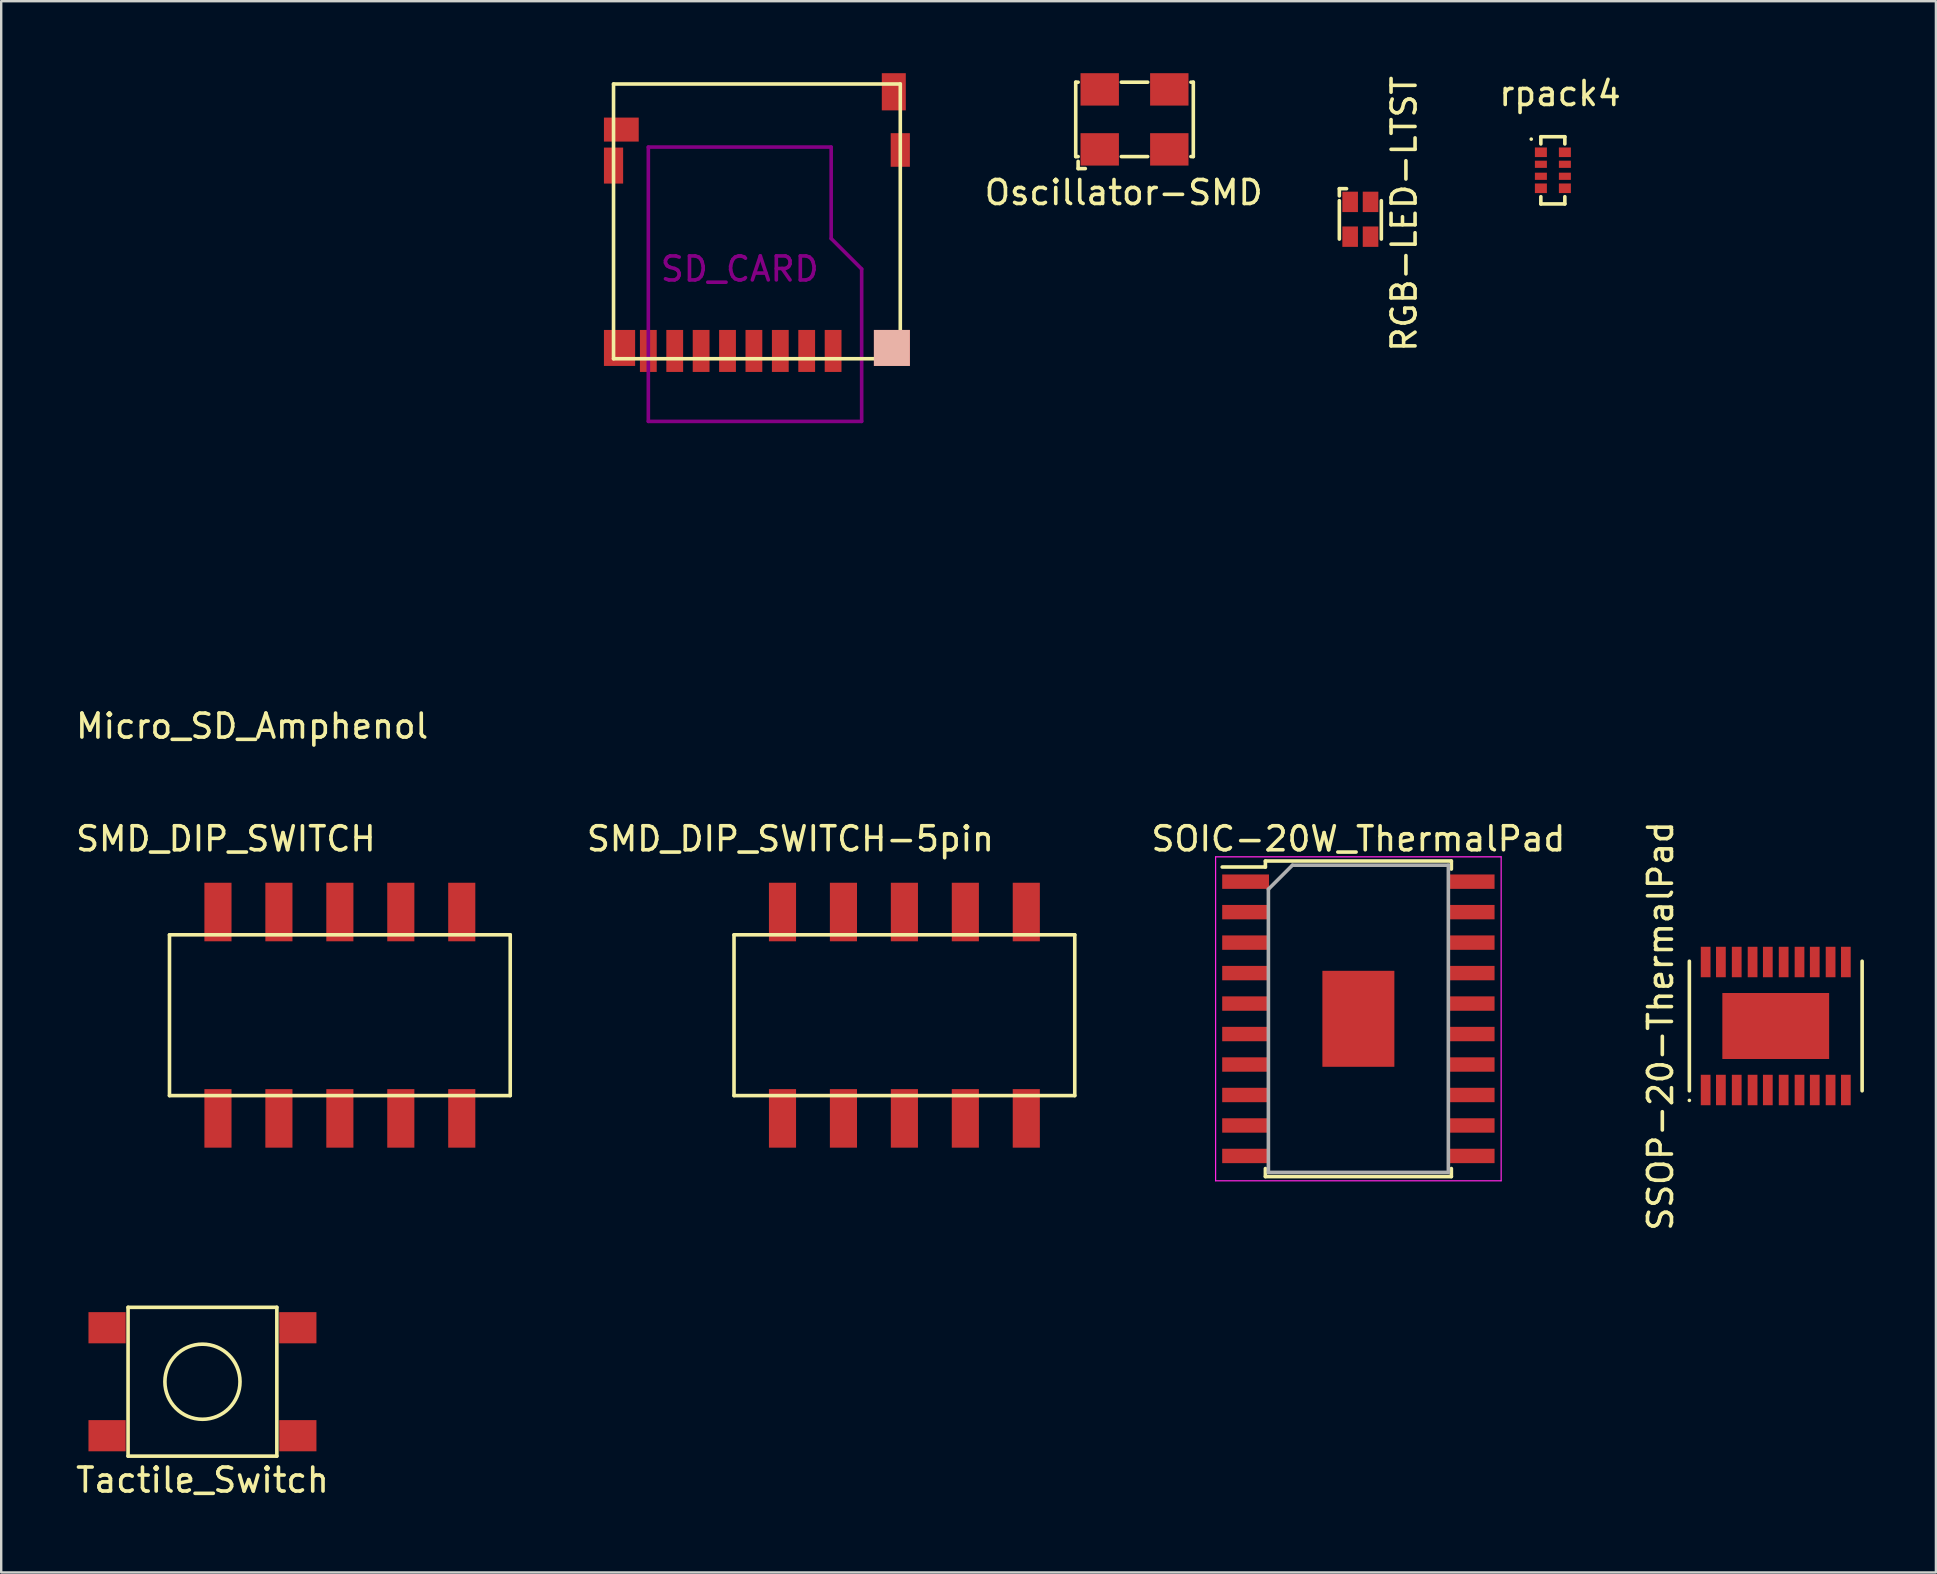
<source format=kicad_pcb>
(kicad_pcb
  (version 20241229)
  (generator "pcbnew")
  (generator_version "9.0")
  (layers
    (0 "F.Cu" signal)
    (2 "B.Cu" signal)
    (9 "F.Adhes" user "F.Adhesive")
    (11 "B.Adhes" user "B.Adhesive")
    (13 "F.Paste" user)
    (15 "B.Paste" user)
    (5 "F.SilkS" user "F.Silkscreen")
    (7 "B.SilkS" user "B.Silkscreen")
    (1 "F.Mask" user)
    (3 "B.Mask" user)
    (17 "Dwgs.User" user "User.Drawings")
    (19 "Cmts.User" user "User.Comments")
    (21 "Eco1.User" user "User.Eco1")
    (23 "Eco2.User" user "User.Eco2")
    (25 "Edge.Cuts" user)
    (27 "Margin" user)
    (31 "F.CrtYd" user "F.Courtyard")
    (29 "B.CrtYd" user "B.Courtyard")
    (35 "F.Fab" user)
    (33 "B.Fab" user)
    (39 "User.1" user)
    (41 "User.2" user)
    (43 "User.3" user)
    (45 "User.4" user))
  (footprint "SSOP-20-ThermalPad"
    (layer "F.Cu")
    (at 70.951 39.707)
    (property "Reference" "SSOP-20-ThermalPad" (at -4.8 0 90) (layer "F.SilkS") (effects (font (size 1 1) (thickness 0.15))))
    (attr smd)
    (fp_line (start -3.6 -2.7) (end -3.6 2.7) (stroke (width 0.15) (type solid)) (layer "F.SilkS"))
    (fp_line (start -3.6 3.1) (end -3.6 3.1) (stroke (width 0.15) (type solid)) (layer "F.SilkS"))
    (fp_line (start 3.6 -2.7) (end 3.6 2.7) (stroke (width 0.15) (type solid)) (layer "F.SilkS"))
    (pad "1" smd rect (at -2.921 2.667) (size 0.406 1.27) (layers "F.Cu" "F.Mask" "F.Paste"))
    (pad "2" smd rect (at -2.286 2.667) (size 0.406 1.27) (layers "F.Cu" "F.Mask" "F.Paste"))
    (pad "3" smd rect (at -1.626 2.667) (size 0.406 1.27) (layers "F.Cu" "F.Mask" "F.Paste"))
    (pad "4" smd rect (at -0.965 2.667) (size 0.406 1.27) (layers "F.Cu" "F.Mask" "F.Paste"))
    (pad "5" smd rect (at -0.33 2.667) (size 0.406 1.27) (layers "F.Cu" "F.Mask" "F.Paste"))
    (pad "6" smd rect (at 0.33 2.667) (size 0.406 1.27) (layers "F.Cu" "F.Mask" "F.Paste"))
    (pad "7" smd rect (at 0.991 2.667) (size 0.406 1.27) (layers "F.Cu" "F.Mask" "F.Paste"))
    (pad "8" smd rect (at 1.626 2.667) (size 0.406 1.27) (layers "F.Cu" "F.Mask" "F.Paste"))
    (pad "9" smd rect (at 2.286 2.667) (size 0.406 1.27) (layers "F.Cu" "F.Mask" "F.Paste"))
    (pad "10" smd rect (at 2.921 2.667) (size 0.406 1.27) (layers "F.Cu" "F.Mask" "F.Paste"))
    (pad "11" smd rect (at 2.921 -2.667) (size 0.406 1.27) (layers "F.Cu" "F.Mask" "F.Paste"))
    (pad "12" smd rect (at 2.286 -2.667) (size 0.406 1.27) (layers "F.Cu" "F.Mask" "F.Paste"))
    (pad "13" smd rect (at 1.626 -2.667) (size 0.406 1.27) (layers "F.Cu" "F.Mask" "F.Paste"))
    (pad "14" smd rect (at 0.991 -2.667) (size 0.406 1.27) (layers "F.Cu" "F.Mask" "F.Paste"))
    (pad "15" smd rect (at 0.33 -2.667) (size 0.406 1.27) (layers "F.Cu" "F.Mask" "F.Paste"))
    (pad "16" smd rect (at -0.33 -2.667) (size 0.406 1.27) (layers "F.Cu" "F.Mask" "F.Paste"))
    (pad "17" smd rect (at -0.965 -2.667) (size 0.406 1.27) (layers "F.Cu" "F.Mask" "F.Paste"))
    (pad "18" smd rect (at -1.626 -2.667) (size 0.406 1.27) (layers "F.Cu" "F.Mask" "F.Paste"))
    (pad "19" smd rect (at -2.286 -2.667) (size 0.406 1.27) (layers "F.Cu" "F.Mask" "F.Paste"))
    (pad "20" smd rect (at -2.921 -2.667) (size 0.406 1.27) (layers "F.Cu" "F.Mask" "F.Paste"))
    (pad "21" smd rect (at 0 0) (size 4.45 2.75) (layers "F.Cu" "F.Mask" "F.Paste")))
  (footprint "SOIC-20W_ThermalPad"
    (layer "F.Cu")
    (at 53.558 39.407)
    (property "Reference" "SOIC-20W_ThermalPad" (at 0 -7.5 0) (layer "F.SilkS") (effects (font (size 1 1) (thickness 0.15))))
    (attr smd)
    (fp_line (start -3.875 -6.575) (end -3.875 -6.325) (stroke (width 0.15) (type solid)) (layer "F.SilkS"))
    (fp_line (start -3.875 -6.575) (end 3.875 -6.575) (stroke (width 0.15) (type solid)) (layer "F.SilkS"))
    (fp_line (start -3.875 -6.325) (end -5.675 -6.325) (stroke (width 0.15) (type solid)) (layer "F.SilkS"))
    (fp_line (start -3.875 6.575) (end -3.875 6.24) (stroke (width 0.15) (type solid)) (layer "F.SilkS"))
    (fp_line (start -3.875 6.575) (end 3.875 6.575) (stroke (width 0.15) (type solid)) (layer "F.SilkS"))
    (fp_line (start 3.875 -6.575) (end 3.875 -6.24) (stroke (width 0.15) (type solid)) (layer "F.SilkS"))
    (fp_line (start 3.875 6.575) (end 3.875 6.24) (stroke (width 0.15) (type solid)) (layer "F.SilkS"))
    (fp_line (start -5.95 -6.75) (end -5.95 6.75) (stroke (width 0.05) (type solid)) (layer "F.CrtYd"))
    (fp_line (start -5.95 -6.75) (end 5.95 -6.75) (stroke (width 0.05) (type solid)) (layer "F.CrtYd"))
    (fp_line (start -5.95 6.75) (end 5.95 6.75) (stroke (width 0.05) (type solid)) (layer "F.CrtYd"))
    (fp_line (start 5.95 -6.75) (end 5.95 6.75) (stroke (width 0.05) (type solid)) (layer "F.CrtYd"))
    (fp_line (start -3.75 -5.4) (end -2.75 -6.4) (stroke (width 0.15) (type solid)) (layer "F.Fab"))
    (fp_line (start -3.75 6.4) (end -3.75 -5.4) (stroke (width 0.15) (type solid)) (layer "F.Fab"))
    (fp_line (start -2.75 -6.4) (end 3.75 -6.4) (stroke (width 0.15) (type solid)) (layer "F.Fab"))
    (fp_line (start 3.75 -6.4) (end 3.75 6.4) (stroke (width 0.15) (type solid)) (layer "F.Fab"))
    (fp_line (start 3.75 6.4) (end -3.75 6.4) (stroke (width 0.15) (type solid)) (layer "F.Fab"))
    (pad "1" smd rect (at -4.7 -5.715) (size 1.95 0.6) (layers "F.Cu" "F.Mask" "F.Paste"))
    (pad "2" smd rect (at -4.7 -4.445) (size 1.95 0.6) (layers "F.Cu" "F.Mask" "F.Paste"))
    (pad "3" smd rect (at -4.7 -3.175) (size 1.95 0.6) (layers "F.Cu" "F.Mask" "F.Paste"))
    (pad "4" smd rect (at -4.7 -1.905) (size 1.95 0.6) (layers "F.Cu" "F.Mask" "F.Paste"))
    (pad "5" smd rect (at -4.7 -0.635) (size 1.95 0.6) (layers "F.Cu" "F.Mask" "F.Paste"))
    (pad "6" smd rect (at -4.7 0.635) (size 1.95 0.6) (layers "F.Cu" "F.Mask" "F.Paste"))
    (pad "7" smd rect (at -4.7 1.905) (size 1.95 0.6) (layers "F.Cu" "F.Mask" "F.Paste"))
    (pad "8" smd rect (at -4.7 3.175) (size 1.95 0.6) (layers "F.Cu" "F.Mask" "F.Paste"))
    (pad "9" smd rect (at -4.7 4.445) (size 1.95 0.6) (layers "F.Cu" "F.Mask" "F.Paste"))
    (pad "10" smd rect (at -4.7 5.715) (size 1.95 0.6) (layers "F.Cu" "F.Mask" "F.Paste"))
    (pad "11" smd rect (at 4.7 5.715) (size 1.95 0.6) (layers "F.Cu" "F.Mask" "F.Paste"))
    (pad "12" smd rect (at 4.7 4.445) (size 1.95 0.6) (layers "F.Cu" "F.Mask" "F.Paste"))
    (pad "13" smd rect (at 4.7 3.175) (size 1.95 0.6) (layers "F.Cu" "F.Mask" "F.Paste"))
    (pad "14" smd rect (at 4.7 1.905) (size 1.95 0.6) (layers "F.Cu" "F.Mask" "F.Paste"))
    (pad "15" smd rect (at 4.7 0.635) (size 1.95 0.6) (layers "F.Cu" "F.Mask" "F.Paste"))
    (pad "16" smd rect (at 4.7 -0.635) (size 1.95 0.6) (layers "F.Cu" "F.Mask" "F.Paste"))
    (pad "17" smd rect (at 4.7 -1.905) (size 1.95 0.6) (layers "F.Cu" "F.Mask" "F.Paste"))
    (pad "18" smd rect (at 4.7 -3.175) (size 1.95 0.6) (layers "F.Cu" "F.Mask" "F.Paste"))
    (pad "19" smd rect (at 4.7 -4.445) (size 1.95 0.6) (layers "F.Cu" "F.Mask" "F.Paste"))
    (pad "20" smd rect (at 4.7 -5.715) (size 1.95 0.6) (layers "F.Cu" "F.Mask" "F.Paste"))
    (pad "21" smd rect (at 0 0) (size 3 4) (layers "F.Cu" "F.Mask" "F.Paste")))
  (footprint "RGB-LED-LTST"
    (layer "F.Cu")
    (at 53.215 5.363)
    (property "Reference" "RGB-LED-LTST" (at 2.25 0.5 90) (layer "F.SilkS") (effects (font (size 1 1) (thickness 0.15))))
    (attr through_hole)
    (fp_line (start -0.45 -0.55) (end -0.15 -0.55) (stroke (width 0.15) (type solid)) (layer "F.SilkS"))
    (fp_line (start -0.45 -0.25) (end -0.45 -0.55) (stroke (width 0.15) (type solid)) (layer "F.SilkS"))
    (fp_line (start -0.45 -0.05) (end -0.45 1.55) (stroke (width 0.15) (type solid)) (layer "F.SilkS"))
    (fp_line (start 1.3 -0.05) (end 1.3 1.55) (stroke (width 0.15) (type solid)) (layer "F.SilkS"))
    (pad "1" smd rect (at 0 0) (size 0.65 0.85) (layers "F.Cu" "F.Mask" "F.Paste"))
    (pad "2" smd rect (at 0.85 0) (size 0.65 0.85) (layers "F.Cu" "F.Mask" "F.Paste"))
    (pad "3" smd rect (at 0.85 1.45) (size 0.65 0.85) (layers "F.Cu" "F.Mask" "F.Paste"))
    (pad "4" smd rect (at 0 1.45) (size 0.65 0.85) (layers "F.Cu" "F.Mask" "F.Paste")))
  (footprint "Micro_SD_Amphenol"
    (layer "F.Cu")
    (at 23.968 10.7)
    (property "Reference" "Micro_SD_Amphenol" (at -16.51 16.51 0) (layer "F.SilkS") (effects (font (size 1 1) (thickness 0.15))))
    (attr through_hole)
    (fp_line (start -1.45 -10.25) (end -1.45 1.2) (stroke (width 0.15) (type solid)) (layer "F.SilkS"))
    (fp_line (start -1.45 1.2) (end 10.5 1.2) (stroke (width 0.15) (type solid)) (layer "F.SilkS"))
    (fp_line (start 10.5 -10.25) (end -1.45 -10.25) (stroke (width 0.15) (type solid)) (layer "F.SilkS"))
    (fp_line (start 10.5 1.2) (end 10.5 -10.25) (stroke (width 0.15) (type solid)) (layer "F.SilkS"))
    (fp_line (start 0 -7.62) (end 7.62 -7.62) (stroke (width 0.15) (type solid)) (layer "F.Adhes"))
    (fp_line (start 0 3.81) (end 0 -7.62) (stroke (width 0.15) (type solid)) (layer "F.Adhes"))
    (fp_line (start 7.62 -7.62) (end 7.62 -3.81) (stroke (width 0.15) (type solid)) (layer "F.Adhes"))
    (fp_line (start 7.62 -3.81) (end 8.89 -2.54) (stroke (width 0.15) (type solid)) (layer "F.Adhes"))
    (fp_line (start 8.89 -2.54) (end 8.89 3.81) (stroke (width 0.15) (type solid)) (layer "F.Adhes"))
    (fp_line (start 8.89 3.81) (end 0 3.81) (stroke (width 0.15) (type solid)) (layer "F.Adhes"))
    (fp_text user "SD_CARD" (at 3.81 -2.54 0) (layer "F.Adhes") (effects (font (size 1 1) (thickness 0.15))))
    (pad "1" smd rect (at 7.7 0.875) (size 0.7 1.75) (layers "F.Cu" "F.Mask" "F.Paste"))
    (pad "2" smd rect (at 6.6 0.875) (size 0.7 1.75) (layers "F.Cu" "F.Mask" "F.Paste"))
    (pad "3" smd rect (at 5.5 0.875) (size 0.7 1.75) (layers "F.Cu" "F.Mask" "F.Paste"))
    (pad "4" smd rect (at 4.4 0.875) (size 0.7 1.75) (layers "F.Cu" "F.Mask" "F.Paste"))
    (pad "5" smd rect (at 3.3 0.875) (size 0.7 1.75) (layers "F.Cu" "F.Mask" "F.Paste"))
    (pad "6" smd rect (at 2.2 0.875) (size 0.7 1.75) (layers "F.Cu" "F.Mask" "F.Paste"))
    (pad "7" smd rect (at 1.1 0.875) (size 0.7 1.75) (layers "F.Cu" "F.Mask" "F.Paste"))
    (pad "8" smd rect (at 0 0.875) (size 0.7 1.75) (layers "F.Cu" "F.Mask" "F.Paste"))
    (pad "9" smd rect (at -1.125 -8.35) (size 1.45 1) (layers "F.Cu" "F.Mask" "F.Paste"))
    (pad "10" smd rect (at 10.23 -9.925) (size 1 1.55) (layers "F.Cu" "F.Mask" "F.Paste"))
    (pad "11" smd rect (at -1.45 -6.85) (size 0.8 1.5) (layers "F.Cu" "F.Mask" "F.Paste"))
    (pad "11" smd rect (at -1.2 0.75) (size 1.3 1.5) (layers "F.Cu" "F.Mask" "F.Paste"))
    (pad "11" smd rect (at 10.15 0.75) (size 1.5 1.5) (layers "F.Cu" "F.Mask" "B.SilkS" "F.Paste"))
    (pad "11" smd rect (at 10.5 -7.5) (size 0.8 1.4) (layers "F.Cu" "F.Mask" "F.Paste")))
  (footprint "Oscillator-SMD"
    (layer "F.Cu")
    (at 42.779 3.175)
    (property "Reference" "Oscillator-SMD" (at 1 1.8 0) (layer "F.SilkS") (effects (font (size 1 1) (thickness 0.15))))
    (attr through_hole)
    (fp_line (start -1 0.3) (end -1 -2.8) (stroke (width 0.15) (type solid)) (layer "F.SilkS"))
    (fp_line (start -0.9 -2.8) (end -1 -2.8) (stroke (width 0.15) (type solid)) (layer "F.SilkS"))
    (fp_line (start -0.9 0.3) (end -1 0.3) (stroke (width 0.15) (type solid)) (layer "F.SilkS"))
    (fp_line (start -0.9 0.5) (end -0.9 0.8) (stroke (width 0.15) (type solid)) (layer "F.SilkS"))
    (fp_line (start -0.9 0.8) (end -0.6 0.8) (stroke (width 0.15) (type solid)) (layer "F.SilkS"))
    (fp_line (start 0.9 0.3) (end 2 0.3) (stroke (width 0.15) (type solid)) (layer "F.SilkS"))
    (fp_line (start 2 -2.8) (end 0.9 -2.8) (stroke (width 0.15) (type solid)) (layer "F.SilkS"))
    (fp_line (start 3.9 -2.8) (end 3.8 -2.8) (stroke (width 0.15) (type solid)) (layer "F.SilkS"))
    (fp_line (start 3.9 -2.8) (end 3.9 0.3) (stroke (width 0.15) (type solid)) (layer "F.SilkS"))
    (fp_line (start 3.9 0.3) (end 3.8 0.3) (stroke (width 0.15) (type solid)) (layer "F.SilkS"))
    (pad "1" smd rect (at 0 0) (size 1.6 1.35) (layers "F.Cu" "F.Mask" "F.Paste"))
    (pad "2" smd rect (at 2.9 0) (size 1.6 1.35) (layers "F.Cu" "F.Mask" "F.Paste"))
    (pad "3" smd rect (at 2.9 -2.5) (size 1.6 1.35) (layers "F.Cu" "F.Mask" "F.Paste"))
    (pad "4" smd rect (at 0 -2.5) (size 1.6 1.35) (layers "F.Cu" "F.Mask" "F.Paste")))
  (footprint "Tactile_Switch"
    (layer "F.Cu")
    (at 5.387 54.531)
    (property "Reference" "Tactile_Switch" (at 0 4.1 0) (layer "F.SilkS") (effects (font (size 1 1) (thickness 0.15))))
    (attr through_hole)
    (fp_line (start -3.1 -3.1) (end -3.1 3.1) (stroke (width 0.15) (type solid)) (layer "F.SilkS"))
    (fp_line (start -3.1 3.1) (end 3.1 3.1) (stroke (width 0.15) (type solid)) (layer "F.SilkS"))
    (fp_line (start 3.1 -3.1) (end -3.1 -3.1) (stroke (width 0.15) (type solid)) (layer "F.SilkS"))
    (fp_line (start 3.1 3.1) (end 3.1 -3.1) (stroke (width 0.15) (type solid)) (layer "F.SilkS"))
    (fp_circle (center 0 0) (end 1.4 0.7) (stroke (width 0.15) (type solid)) (fill no) (layer "F.SilkS"))
    (pad "1" smd rect (at -3.975 -2.25) (size 1.55 1.3) (layers "F.Cu" "F.Mask" "F.Paste"))
    (pad "1" smd rect (at 3.975 -2.25) (size 1.55 1.3) (layers "F.Cu" "F.Mask" "F.Paste"))
    (pad "2" smd rect (at -3.975 2.25) (size 1.55 1.3) (layers "F.Cu" "F.Mask" "F.Paste"))
    (pad "2" smd rect (at 3.975 2.25) (size 1.55 1.3) (layers "F.Cu" "F.Mask" "F.Paste")))
  (footprint "SMD_DIP_SWITCH-5pin"
    (layer "F.Cu")
    (at 34.639 39.257)
    (property "Reference" "SMD_DIP_SWITCH-5pin" (at -4.75 -7.35 0) (layer "F.SilkS") (effects (font (size 1 1) (thickness 0.15))))
    (attr through_hole)
    (fp_line (start -7.1 -3.35) (end -7.1 3.35) (stroke (width 0.15) (type solid)) (layer "F.SilkS"))
    (fp_line (start -7.1 3.35) (end 7.1 3.35) (stroke (width 0.15) (type solid)) (layer "F.SilkS"))
    (fp_line (start 7.1 -3.35) (end -7.1 -3.35) (stroke (width 0.15) (type solid)) (layer "F.SilkS"))
    (fp_line (start 7.1 3.35) (end 7.1 -3.35) (stroke (width 0.15) (type solid)) (layer "F.SilkS"))
    (pad "1" smd rect (at -5.08 4.3) (size 1.13 2.44) (layers "F.Cu" "F.Mask" "F.Paste"))
    (pad "2" smd rect (at -2.54 4.3) (size 1.13 2.44) (layers "F.Cu" "F.Mask" "F.Paste"))
    (pad "3" smd rect (at 0 4.3) (size 1.13 2.44) (layers "F.Cu" "F.Mask" "F.Paste"))
    (pad "4" smd rect (at 2.54 4.3) (size 1.13 2.44) (layers "F.Cu" "F.Mask" "F.Paste"))
    (pad "5" smd rect (at 5.08 4.3) (size 1.13 2.44) (layers "F.Cu" "F.Mask" "F.Paste"))
    (pad "6" smd rect (at 5.08 -4.3) (size 1.13 2.44) (layers "F.Cu" "F.Mask" "F.Paste"))
    (pad "7" smd rect (at 2.54 -4.3) (size 1.13 2.44) (layers "F.Cu" "F.Mask" "F.Paste"))
    (pad "8" smd rect (at 0 -4.3) (size 1.13 2.44) (layers "F.Cu" "F.Mask" "F.Paste"))
    (pad "9" smd rect (at -2.54 -4.3) (size 1.13 2.44) (layers "F.Cu" "F.Mask" "F.Paste"))
    (pad "10" smd rect (at -5.08 -4.3) (size 1.13 2.44) (layers "F.Cu" "F.Mask" "F.Paste")))
  (footprint "rpack4"
    (layer "F.Cu")
    (at 61.662 4.048)
    (property "Reference" "rpack4" (at 0.3 -3.2 180) (layer "F.SilkS") (effects (font (size 1 1) (thickness 0.15))))
    (attr through_hole)
    (fp_line (start -0.9 -1.3) (end -0.9 -1.3) (stroke (width 0.15) (type solid)) (layer "F.SilkS"))
    (fp_line (start -0.5 -1.4) (end 0.5 -1.4) (stroke (width 0.15) (type solid)) (layer "F.SilkS"))
    (fp_line (start -0.5 -1.1) (end -0.5 -1.4) (stroke (width 0.15) (type solid)) (layer "F.SilkS"))
    (fp_line (start -0.5 1.1) (end -0.5 1.4) (stroke (width 0.15) (type solid)) (layer "F.SilkS"))
    (fp_line (start -0.5 1.4) (end 0.5 1.4) (stroke (width 0.15) (type solid)) (layer "F.SilkS"))
    (fp_line (start 0.5 -1.4) (end 0.5 -1.1) (stroke (width 0.15) (type solid)) (layer "F.SilkS"))
    (fp_line (start 0.5 1.4) (end 0.5 1.1) (stroke (width 0.15) (type solid)) (layer "F.SilkS"))
    (pad "1" smd rect (at -0.498 -0.752 270) (size 0.4 0.5) (layers "F.Cu" "F.Mask" "F.Paste"))
    (pad "2" smd rect (at -0.498 -0.252 270) (size 0.3 0.5) (layers "F.Cu" "F.Mask" "F.Paste"))
    (pad "3" smd rect (at -0.498 0.248 270) (size 0.3 0.5) (layers "F.Cu" "F.Mask" "F.Paste"))
    (pad "4" smd rect (at -0.498 0.748 270) (size 0.4 0.5) (layers "F.Cu" "F.Mask" "F.Paste"))
    (pad "5" smd rect (at 0.502 0.748 270) (size 0.4 0.5) (layers "F.Cu" "F.Mask" "F.Paste"))
    (pad "6" smd rect (at 0.502 0.248 270) (size 0.3 0.5) (layers "F.Cu" "F.Mask" "F.Paste"))
    (pad "7" smd rect (at 0.502 -0.252 270) (size 0.3 0.5) (layers "F.Cu" "F.Mask" "F.Paste"))
    (pad "8" smd rect (at 0.502 -0.752 270) (size 0.4 0.5) (layers "F.Cu" "F.Mask" "F.Paste")))
  (footprint "SMD_DIP_SWITCH"
    (layer "F.Cu")
    (at 11.113 39.257)
    (property "Reference" "SMD_DIP_SWITCH" (at -4.75 -7.35 0) (layer "F.SilkS") (effects (font (size 1 1) (thickness 0.15))))
    (attr through_hole)
    (fp_line (start -7.1 -3.35) (end -7.1 3.35) (stroke (width 0.15) (type solid)) (layer "F.SilkS"))
    (fp_line (start -7.1 3.35) (end 7.1 3.35) (stroke (width 0.15) (type solid)) (layer "F.SilkS"))
    (fp_line (start 7.1 -3.35) (end -7.1 -3.35) (stroke (width 0.15) (type solid)) (layer "F.SilkS"))
    (fp_line (start 7.1 3.35) (end 7.1 -3.35) (stroke (width 0.15) (type solid)) (layer "F.SilkS"))
    (pad "1" smd rect (at -5.08 4.3) (size 1.13 2.44) (layers "F.Cu" "F.Mask" "F.Paste"))
    (pad "2" smd rect (at -2.54 4.3) (size 1.13 2.44) (layers "F.Cu" "F.Mask" "F.Paste"))
    (pad "3" smd rect (at 0 4.3) (size 1.13 2.44) (layers "F.Cu" "F.Mask" "F.Paste"))
    (pad "4" smd rect (at 2.54 4.3) (size 1.13 2.44) (layers "F.Cu" "F.Mask" "F.Paste"))
    (pad "5" smd rect (at 5.08 4.3) (size 1.13 2.44) (layers "F.Cu" "F.Mask" "F.Paste"))
    (pad "6" smd rect (at 5.08 -4.3) (size 1.13 2.44) (layers "F.Cu" "F.Mask" "F.Paste"))
    (pad "7" smd rect (at 2.54 -4.3) (size 1.13 2.44) (layers "F.Cu" "F.Mask" "F.Paste"))
    (pad "8" smd rect (at 0 -4.3) (size 1.13 2.44) (layers "F.Cu" "F.Mask" "F.Paste"))
    (pad "9" smd rect (at -2.54 -4.3) (size 1.13 2.44) (layers "F.Cu" "F.Mask" "F.Paste"))
    (pad "10" smd rect (at -5.08 -4.3) (size 1.13 2.44) (layers "F.Cu" "F.Mask" "F.Paste")))
  (gr_rect
    (start -3 -3)
    (end 77.626 62.479)
    (stroke (width 0.1) (type default))
    (fill no)
    (layer "Edge.Cuts")))
</source>
